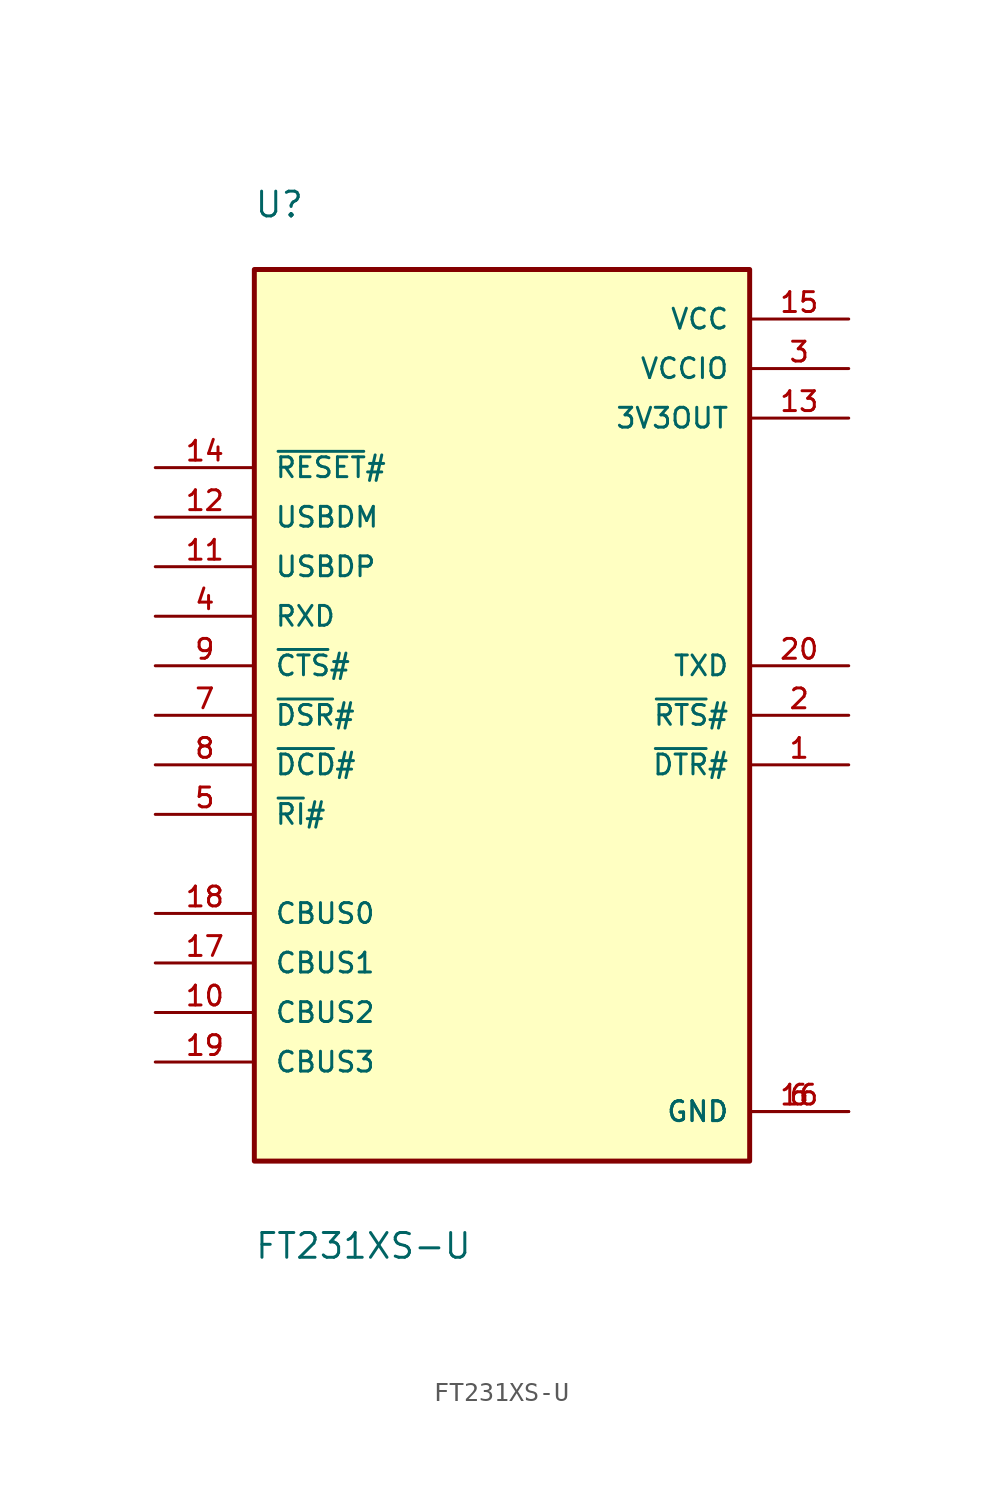
<source format=kicad_sym>
(kicad_symbol_lib
  (version 20211014)
  (generator kicad_symbol_editor)
  (symbol "FT231XS-U"
    (pin_names
      (offset 1.016))
    (property "Reference" "U"
      (at -12.73 25.444 0)
      (effects (font (size 1.27 1.27)) (justify bottom left)))
    (property "Value" "FT231XS-U"
      (at -12.711 -27.955 0)
      (effects (font (size 1.27 1.27)) (justify bottom left)))
    (symbol "FT231XS-U_0_0"
      (rectangle (start -12.7 -22.86) (end 12.7 22.86) (stroke (width 0.254)) (fill (type background)))
      (pin input line (at -17.78 5.08 0) (length 5.08) (name "RXD" (effects (font (size 1.016 1.016)))) (number "4" (effects (font (size 1.016 1.016)))))
      (pin input line (at -17.78 -5.08 0) (length 5.08) (name "~{RI}#" (effects (font (size 1.016 1.016)))) (number "5" (effects (font (size 1.016 1.016)))))
      (pin input line (at -17.78 0.0 0) (length 5.08) (name "~{DSR}#" (effects (font (size 1.016 1.016)))) (number "7" (effects (font (size 1.016 1.016)))))
      (pin input line (at -17.78 -2.54 0) (length 5.08) (name "~{DCD}#" (effects (font (size 1.016 1.016)))) (number "8" (effects (font (size 1.016 1.016)))))
      (pin input line (at -17.78 2.54 0) (length 5.08) (name "~{CTS}#" (effects (font (size 1.016 1.016)))) (number "9" (effects (font (size 1.016 1.016)))))
      (pin bidirectional line (at -17.78 -15.24 0) (length 5.08) (name "CBUS2" (effects (font (size 1.016 1.016)))) (number "10" (effects (font (size 1.016 1.016)))))
      (pin input line (at -17.78 7.62 0) (length 5.08) (name "USBDP" (effects (font (size 1.016 1.016)))) (number "11" (effects (font (size 1.016 1.016)))))
      (pin input line (at -17.78 10.16 0) (length 5.08) (name "USBDM" (effects (font (size 1.016 1.016)))) (number "12" (effects (font (size 1.016 1.016)))))
      (pin power_in line (at 17.78 15.24 180.0) (length 5.08) (name "3V3OUT" (effects (font (size 1.016 1.016)))) (number "13" (effects (font (size 1.016 1.016)))))
      (pin input line (at -17.78 12.7 0) (length 5.08) (name "~{RESET}#" (effects (font (size 1.016 1.016)))) (number "14" (effects (font (size 1.016 1.016)))))
      (pin power_in line (at 17.78 20.32 180.0) (length 5.08) (name "VCC" (effects (font (size 1.016 1.016)))) (number "15" (effects (font (size 1.016 1.016)))))
      (pin power_in line (at 17.78 -20.32 180.0) (length 5.08) (name "GND" (effects (font (size 1.016 1.016)))) (number "6" (effects (font (size 1.016 1.016)))))
      (pin power_in line (at 17.78 -20.32 180.0) (length 5.08) (name "GND" (effects (font (size 1.016 1.016)))) (number "16" (effects (font (size 1.016 1.016)))))
      (pin bidirectional line (at -17.78 -12.7 0) (length 5.08) (name "CBUS1" (effects (font (size 1.016 1.016)))) (number "17" (effects (font (size 1.016 1.016)))))
      (pin bidirectional line (at -17.78 -10.16 0) (length 5.08) (name "CBUS0" (effects (font (size 1.016 1.016)))) (number "18" (effects (font (size 1.016 1.016)))))
      (pin bidirectional line (at -17.78 -17.78 0) (length 5.08) (name "CBUS3" (effects (font (size 1.016 1.016)))) (number "19" (effects (font (size 1.016 1.016)))))
      (pin output line (at 17.78 2.54 180.0) (length 5.08) (name "TXD" (effects (font (size 1.016 1.016)))) (number "20" (effects (font (size 1.016 1.016)))))
      (pin output line (at 17.78 -2.54 180.0) (length 5.08) (name "~{DTR}#" (effects (font (size 1.016 1.016)))) (number "1" (effects (font (size 1.016 1.016)))))
      (pin output line (at 17.78 0.0 180.0) (length 5.08) (name "~{RTS}#" (effects (font (size 1.016 1.016)))) (number "2" (effects (font (size 1.016 1.016)))))
      (pin power_in line (at 17.78 17.78 180.0) (length 5.08) (name "VCCIO" (effects (font (size 1.016 1.016)))) (number "3" (effects (font (size 1.016 1.016))))))))
</source>
